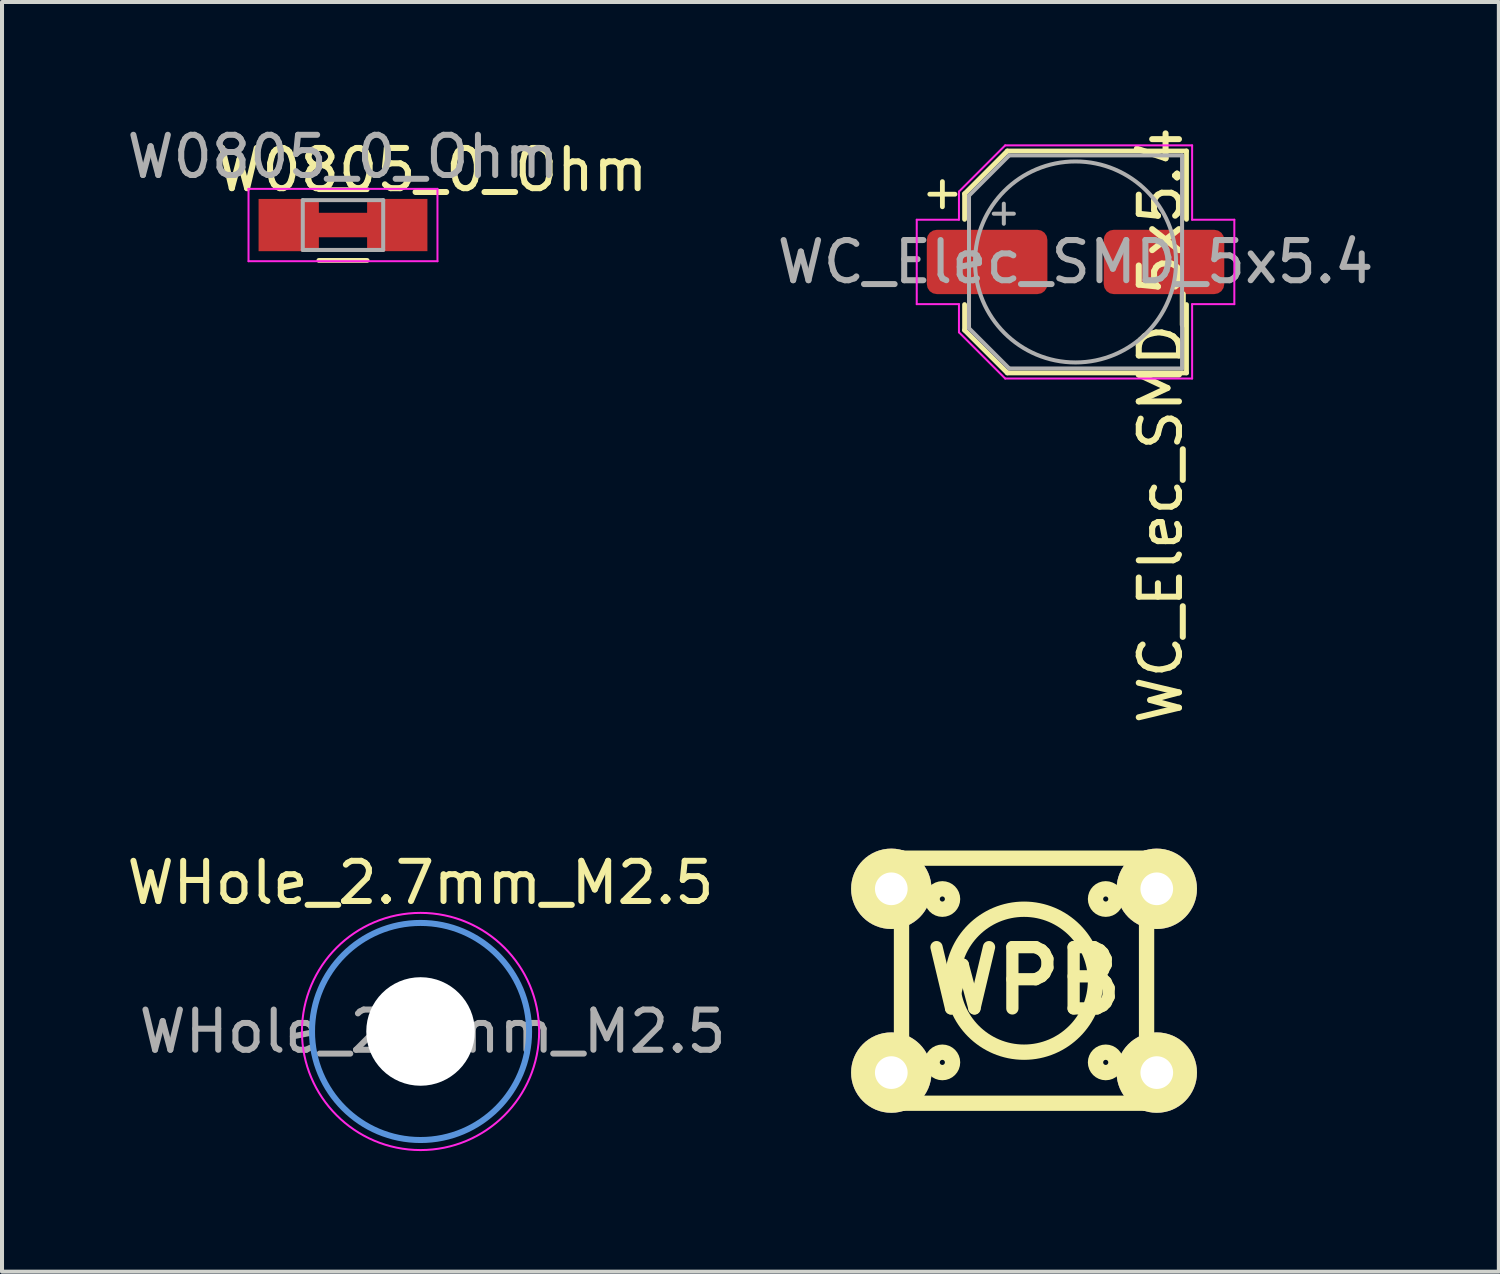
<source format=kicad_pcb>
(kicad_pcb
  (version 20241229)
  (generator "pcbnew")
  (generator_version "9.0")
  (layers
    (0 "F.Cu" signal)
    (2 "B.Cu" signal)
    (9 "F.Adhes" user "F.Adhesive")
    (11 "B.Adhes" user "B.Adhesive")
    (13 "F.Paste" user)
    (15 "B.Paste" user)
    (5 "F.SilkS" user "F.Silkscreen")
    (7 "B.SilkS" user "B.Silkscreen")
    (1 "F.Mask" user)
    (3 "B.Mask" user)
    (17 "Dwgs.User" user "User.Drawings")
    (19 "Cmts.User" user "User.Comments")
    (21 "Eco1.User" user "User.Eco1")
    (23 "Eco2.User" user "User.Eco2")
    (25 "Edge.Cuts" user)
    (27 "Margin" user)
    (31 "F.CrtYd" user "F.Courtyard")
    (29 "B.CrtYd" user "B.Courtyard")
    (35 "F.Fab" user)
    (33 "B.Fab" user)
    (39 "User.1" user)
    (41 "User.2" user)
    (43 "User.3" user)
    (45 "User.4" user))
  (footprint "WC_Elec_SMD_5x5.4"
    (layer "F.Cu")
    (at 23.704 3.466)
    (property "Reference" "WC_Elec_SMD_5x5.4" (at 2.118 4.064 90) (layer "F.SilkS") (effects (font (size 1 1) (thickness 0.15))))
    (attr smd)
    (fp_line (start -3.625 -1.685) (end -3 -1.685) (stroke (width 0.12) (type solid)) (layer "F.SilkS"))
    (fp_line (start -3.312 -1.998) (end -3.312 -1.373) (stroke (width 0.12) (type solid)) (layer "F.SilkS"))
    (fp_line (start -2.76 -1.696) (end -2.76 -1.06) (stroke (width 0.12) (type solid)) (layer "F.SilkS"))
    (fp_line (start -2.76 -1.696) (end -1.696 -2.76) (stroke (width 0.12) (type solid)) (layer "F.SilkS"))
    (fp_line (start -2.76 1.696) (end -2.76 1.06) (stroke (width 0.12) (type solid)) (layer "F.SilkS"))
    (fp_line (start -2.76 1.696) (end -1.696 2.76) (stroke (width 0.12) (type solid)) (layer "F.SilkS"))
    (fp_line (start -1.696 -2.76) (end 2.76 -2.76) (stroke (width 0.12) (type solid)) (layer "F.SilkS"))
    (fp_line (start -1.696 2.76) (end 2.76 2.76) (stroke (width 0.12) (type solid)) (layer "F.SilkS"))
    (fp_line (start 2.76 -2.76) (end 2.76 -1.06) (stroke (width 0.12) (type solid)) (layer "F.SilkS"))
    (fp_line (start 2.76 2.76) (end 2.76 1.06) (stroke (width 0.12) (type solid)) (layer "F.SilkS"))
    (fp_line (start -3.95 -1.05) (end -3.95 1.05) (stroke (width 0.05) (type solid)) (layer "F.CrtYd"))
    (fp_line (start -3.95 1.05) (end -2.9 1.05) (stroke (width 0.05) (type solid)) (layer "F.CrtYd"))
    (fp_line (start -2.9 -1.75) (end -2.9 -1.05) (stroke (width 0.05) (type solid)) (layer "F.CrtYd"))
    (fp_line (start -2.9 -1.75) (end -1.75 -2.9) (stroke (width 0.05) (type solid)) (layer "F.CrtYd"))
    (fp_line (start -2.9 -1.05) (end -3.95 -1.05) (stroke (width 0.05) (type solid)) (layer "F.CrtYd"))
    (fp_line (start -2.9 1.05) (end -2.9 1.75) (stroke (width 0.05) (type solid)) (layer "F.CrtYd"))
    (fp_line (start -2.9 1.75) (end -1.75 2.9) (stroke (width 0.05) (type solid)) (layer "F.CrtYd"))
    (fp_line (start -1.75 -2.9) (end 2.9 -2.9) (stroke (width 0.05) (type solid)) (layer "F.CrtYd"))
    (fp_line (start -1.75 2.9) (end 2.9 2.9) (stroke (width 0.05) (type solid)) (layer "F.CrtYd"))
    (fp_line (start 2.9 -2.9) (end 2.9 -1.05) (stroke (width 0.05) (type solid)) (layer "F.CrtYd"))
    (fp_line (start 2.9 -1.05) (end 3.95 -1.05) (stroke (width 0.05) (type solid)) (layer "F.CrtYd"))
    (fp_line (start 2.9 1.05) (end 2.9 2.9) (stroke (width 0.05) (type solid)) (layer "F.CrtYd"))
    (fp_line (start 3.95 -1.05) (end 3.95 1.05) (stroke (width 0.05) (type solid)) (layer "F.CrtYd"))
    (fp_line (start 3.95 1.05) (end 2.9 1.05) (stroke (width 0.05) (type solid)) (layer "F.CrtYd"))
    (fp_line (start -2.65 -1.65) (end -2.65 1.65) (stroke (width 0.1) (type solid)) (layer "F.Fab"))
    (fp_line (start -2.65 -1.65) (end -1.65 -2.65) (stroke (width 0.1) (type solid)) (layer "F.Fab"))
    (fp_line (start -2.65 1.65) (end -1.65 2.65) (stroke (width 0.1) (type solid)) (layer "F.Fab"))
    (fp_line (start -2.034 -1.2) (end -1.534 -1.2) (stroke (width 0.1) (type solid)) (layer "F.Fab"))
    (fp_line (start -1.784 -1.45) (end -1.784 -0.95) (stroke (width 0.1) (type solid)) (layer "F.Fab"))
    (fp_line (start -1.65 -2.65) (end 2.65 -2.65) (stroke (width 0.1) (type solid)) (layer "F.Fab"))
    (fp_line (start -1.65 2.65) (end 2.65 2.65) (stroke (width 0.1) (type solid)) (layer "F.Fab"))
    (fp_line (start 2.65 -2.65) (end 2.65 2.65) (stroke (width 0.1) (type solid)) (layer "F.Fab"))
    (fp_circle (center 0 0) (end 2.5 0) (stroke (width 0.1) (type solid)) (fill no) (layer "F.Fab"))
    (fp_text user "${REFERENCE}" (at 0 0 0) (layer "F.Fab") (effects (font (size 1 1) (thickness 0.15))))
    (pad "1" smd roundrect (at -2.2 0) (size 3 1.6) (layers "F.Cu" "F.Mask" "F.Paste") (roundrect_rratio 0.156))
    (pad "2" smd roundrect (at 2.2 0) (size 3 1.6) (layers "F.Cu" "F.Mask" "F.Paste") (roundrect_rratio 0.156)))
  (footprint "WPB"
    (layer "F.Cu")
    (at 22.423 21.345)
    (property "Reference" "WPB" (at 0 0 180) (layer "F.SilkS") (effects (font (size 1.524 1.524) (thickness 0.305))))
    (attr through_hole)
    (fp_line (start -3.048 -3.048) (end 3.048 -3.048) (stroke (width 0.381) (type solid)) (layer "F.SilkS"))
    (fp_line (start -3.048 3.048) (end -3.048 -3.048) (stroke (width 0.381) (type solid)) (layer "F.SilkS"))
    (fp_line (start 3.048 -3.048) (end 3.048 3.048) (stroke (width 0.381) (type solid)) (layer "F.SilkS"))
    (fp_line (start 3.048 3.048) (end -3.048 3.048) (stroke (width 0.381) (type solid)) (layer "F.SilkS"))
    (fp_circle (center -2.032 -2.032) (end -2.286 -2.032) (stroke (width 0.381) (type solid)) (fill no) (layer "F.SilkS"))
    (fp_circle (center -2.032 2.032) (end -1.778 2.032) (stroke (width 0.381) (type solid)) (fill no) (layer "F.SilkS"))
    (fp_circle (center 0 0) (end 1.778 0) (stroke (width 0.381) (type solid)) (fill no) (layer "F.SilkS"))
    (fp_circle (center 2.032 -2.032) (end 1.778 -2.032) (stroke (width 0.381) (type solid)) (fill no) (layer "F.SilkS"))
    (fp_circle (center 2.032 2.032) (end 1.778 2.032) (stroke (width 0.381) (type solid)) (fill no) (layer "F.SilkS"))
    (pad "1" thru_hole circle (at 3.302 2.286) (size 1.999 1.999) (drill 0.813) (layers "*.Cu" "*.Mask" "F.SilkS"))
    (pad "2" thru_hole circle (at 3.302 -2.286) (size 1.999 1.999) (drill 0.813) (layers "*.Cu" "*.Mask" "F.SilkS"))
    (pad "3" thru_hole circle (at -3.302 2.286) (size 1.999 1.999) (drill 0.813) (layers "*.Cu" "*.Mask" "F.SilkS"))
    (pad "4" thru_hole circle (at -3.302 -2.286) (size 1.999 1.999) (drill 0.813) (layers "*.Cu" "*.Mask" "F.SilkS")))
  (footprint "W0805_0_Ohm"
    (layer "F.Cu")
    (at 5.482 2.548)
    (property "Reference" "W0805_0_Ohm" (at 2.21 -1.372 180) (layer "F.SilkS") (effects (font (size 1 1) (thickness 0.15))))
    (attr smd)
    (fp_line (start -0.6 -0.88) (end 0.6 -0.88) (stroke (width 0.12) (type solid)) (layer "F.SilkS"))
    (fp_line (start 0.6 0.88) (end -0.6 0.88) (stroke (width 0.12) (type solid)) (layer "F.SilkS"))
    (fp_line (start -2.35 -0.9) (end -2.35 0.9) (stroke (width 0.05) (type solid)) (layer "F.CrtYd"))
    (fp_line (start -2.35 -0.9) (end 2.35 -0.9) (stroke (width 0.05) (type solid)) (layer "F.CrtYd"))
    (fp_line (start 2.35 0.9) (end -2.35 0.9) (stroke (width 0.05) (type solid)) (layer "F.CrtYd"))
    (fp_line (start 2.35 0.9) (end 2.35 -0.9) (stroke (width 0.05) (type solid)) (layer "F.CrtYd"))
    (fp_line (start -1 -0.62) (end 1 -0.62) (stroke (width 0.1) (type solid)) (layer "F.Fab"))
    (fp_line (start -1 0.62) (end -1 -0.62) (stroke (width 0.1) (type solid)) (layer "F.Fab"))
    (fp_line (start 1 -0.62) (end 1 0.62) (stroke (width 0.1) (type solid)) (layer "F.Fab"))
    (fp_line (start 1 0.62) (end -1 0.62) (stroke (width 0.1) (type solid)) (layer "F.Fab"))
    (fp_text user "${REFERENCE}" (at 0 -1.7 180) (layer "F.Fab") (effects (font (size 1 1) (thickness 0.15))))
    (pad "1" smd custom (at -1.35 0) (size 1.5 1.3) (layers "F.Cu" "F.Mask" "F.Paste") (options (anchor rect)) (primitives (gr_poly (pts (xy 2.112 0.254) (xy 0.588 0.254) (xy 0.588 -0.254) (xy 2.112 -0.254)) (width 0.1) (fill yes))))
    (pad "2" smd rect (at 1.35 0) (size 1.5 1.3) (layers "F.Cu" "F.Mask" "F.Paste")))
  (footprint "WHole_2.7mm_M2.5"
    (layer "F.Cu")
    (at 7.411 22.608)
    (property "Reference" "WHole_2.7mm_M2.5" (at 0 -3.7 0) (layer "F.SilkS") (effects (font (size 1 1) (thickness 0.15))))
    (attr exclude_from_pos_files exclude_from_bom)
    (fp_circle (center 0 0) (end 2.7 0) (stroke (width 0.15) (type solid)) (fill no) (layer "Cmts.User"))
    (fp_circle (center 0 0) (end 2.95 0) (stroke (width 0.05) (type solid)) (fill no) (layer "F.CrtYd"))
    (fp_text user "${REFERENCE}" (at 0.3 0 0) (layer "F.Fab") (effects (font (size 1 1) (thickness 0.15))))
    (pad "" np_thru_hole circle (at 0 0) (size 2.7 2.7) (drill 2.7) (layers "*.Cu" "*.Mask")))
  (gr_rect
    (start -3 -3)
    (end 34.234 28.583)
    (stroke (width 0.1) (type default))
    (fill no)
    (layer "Edge.Cuts")))
</source>
